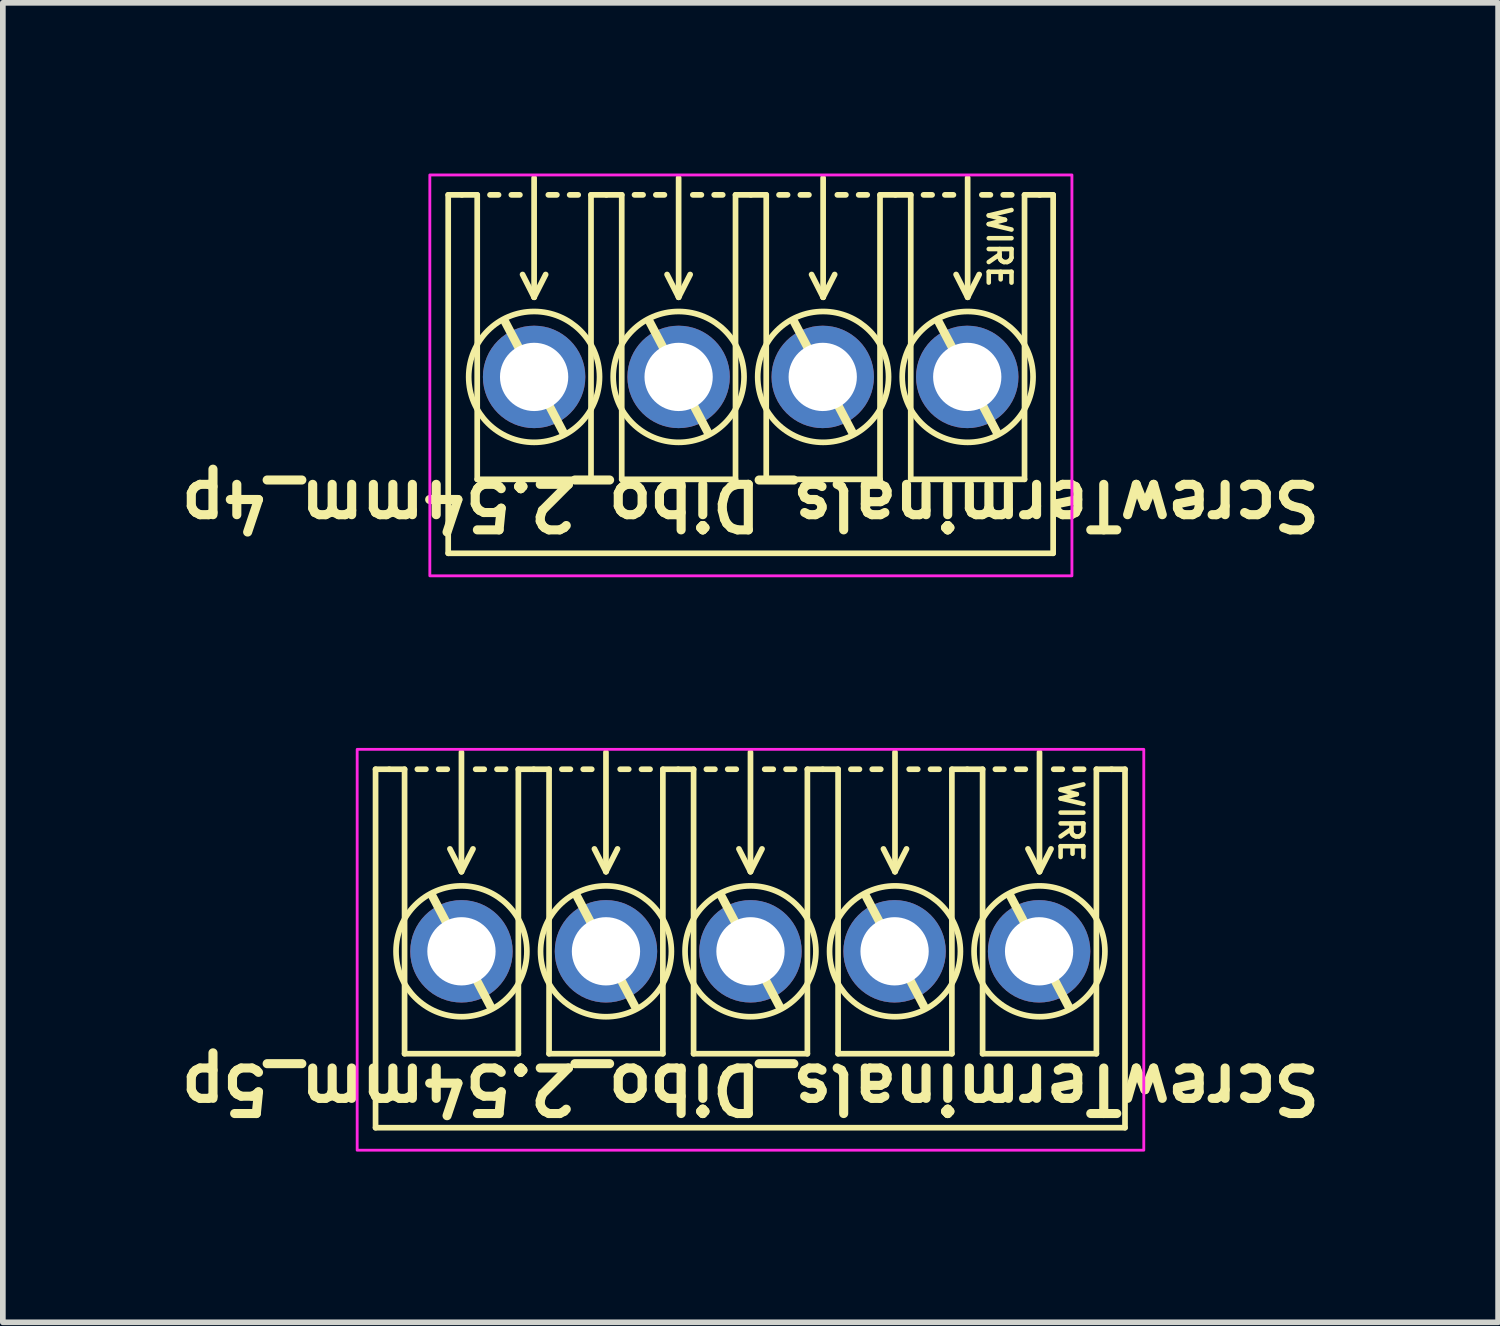
<source format=kicad_pcb>
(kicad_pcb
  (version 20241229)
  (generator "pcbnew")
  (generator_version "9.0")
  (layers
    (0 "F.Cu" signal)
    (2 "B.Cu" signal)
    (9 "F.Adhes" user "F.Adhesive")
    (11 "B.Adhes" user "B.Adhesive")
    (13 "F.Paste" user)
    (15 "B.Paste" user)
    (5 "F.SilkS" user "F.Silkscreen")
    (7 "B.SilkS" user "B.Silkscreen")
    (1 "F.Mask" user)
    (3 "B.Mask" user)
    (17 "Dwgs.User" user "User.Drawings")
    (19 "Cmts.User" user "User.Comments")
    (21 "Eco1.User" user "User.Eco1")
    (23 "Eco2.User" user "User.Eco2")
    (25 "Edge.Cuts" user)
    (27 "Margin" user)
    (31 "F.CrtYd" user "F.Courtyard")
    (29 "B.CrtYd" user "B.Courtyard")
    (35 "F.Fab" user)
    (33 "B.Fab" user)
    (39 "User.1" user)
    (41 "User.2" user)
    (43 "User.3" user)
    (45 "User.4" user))
  (footprint "ScrewTerminals_Dibo_2.54mm_5p"
    (layer "F.Cu")
    (at 10.141 13.671)
    (property "Reference" "ScrewTerminals_Dibo_2.54mm_5p" (at 0 2.413 180) (unlocked yes) (layer "F.SilkS") (effects (font (size 0.8 0.8) (thickness 0.16) (bold yes))))
    (attr through_hole)
    (fp_line (start -6.59 -3.2) (end -6.59 3.1) (stroke (width 0.1) (type default)) (layer "F.SilkS"))
    (fp_line (start -6.59 -3.2) (end -6.35 -3.2) (stroke (width 0.1) (type default)) (layer "F.SilkS"))
    (fp_line (start -6.08 -3.2) (end -6.35 -3.2) (stroke (width 0.1) (type default)) (layer "F.SilkS"))
    (fp_line (start -6.08 1.8) (end -6.08 -3.2) (stroke (width 0.1) (type solid)) (layer "F.SilkS"))
    (fp_line (start -5.705 -3.2) (end -5.855 -3.2) (stroke (width 0.1) (type default)) (layer "F.SilkS"))
    (fp_line (start -5.33 -3.2) (end -5.48 -3.2) (stroke (width 0.1) (type default)) (layer "F.SilkS"))
    (fp_line (start -5.08 -3.5) (end -5.08 -1.4) (stroke (width 0.1) (type default)) (layer "F.SilkS"))
    (fp_line (start -5.08 -1.4) (end -5.283 -1.8) (stroke (width 0.1) (type default)) (layer "F.SilkS"))
    (fp_line (start -5.08 -1.4) (end -4.877 -1.8) (stroke (width 0.1) (type default)) (layer "F.SilkS"))
    (fp_line (start -4.68 -3.2) (end -4.83 -3.2) (stroke (width 0.1) (type default)) (layer "F.SilkS"))
    (fp_line (start -4.572 0.965) (end -5.588 -0.965) (stroke (width 0.15) (type default)) (layer "F.SilkS"))
    (fp_line (start -4.305 -3.2) (end -4.455 -3.2) (stroke (width 0.1) (type default)) (layer "F.SilkS"))
    (fp_line (start -4.08 -3.2) (end -4.08 1.8) (stroke (width 0.1) (type solid)) (layer "F.SilkS"))
    (fp_line (start -4.08 1.8) (end -6.08 1.8) (stroke (width 0.1) (type solid)) (layer "F.SilkS"))
    (fp_line (start -3.81 -3.2) (end -4.08 -3.2) (stroke (width 0.1) (type default)) (layer "F.SilkS"))
    (fp_line (start -3.54 -3.2) (end -3.81 -3.2) (stroke (width 0.1) (type default)) (layer "F.SilkS"))
    (fp_line (start -3.54 1.8) (end -3.54 -3.2) (stroke (width 0.1) (type solid)) (layer "F.SilkS"))
    (fp_line (start -3.165 -3.2) (end -3.315 -3.2) (stroke (width 0.1) (type default)) (layer "F.SilkS"))
    (fp_line (start -2.79 -3.2) (end -2.94 -3.2) (stroke (width 0.1) (type default)) (layer "F.SilkS"))
    (fp_line (start -2.54 -3.5) (end -2.54 -1.4) (stroke (width 0.1) (type default)) (layer "F.SilkS"))
    (fp_line (start -2.54 -1.4) (end -2.743 -1.8) (stroke (width 0.1) (type default)) (layer "F.SilkS"))
    (fp_line (start -2.54 -1.4) (end -2.337 -1.8) (stroke (width 0.1) (type default)) (layer "F.SilkS"))
    (fp_line (start -2.14 -3.2) (end -2.29 -3.2) (stroke (width 0.1) (type default)) (layer "F.SilkS"))
    (fp_line (start -2.032 0.965) (end -3.048 -0.965) (stroke (width 0.15) (type default)) (layer "F.SilkS"))
    (fp_line (start -1.765 -3.2) (end -1.915 -3.2) (stroke (width 0.1) (type default)) (layer "F.SilkS"))
    (fp_line (start -1.54 -3.2) (end -1.54 1.8) (stroke (width 0.1) (type solid)) (layer "F.SilkS"))
    (fp_line (start -1.54 1.8) (end -3.54 1.8) (stroke (width 0.1) (type solid)) (layer "F.SilkS"))
    (fp_line (start -1.27 -3.2) (end -1.54 -3.2) (stroke (width 0.1) (type default)) (layer "F.SilkS"))
    (fp_line (start -1 -3.2) (end -1.27 -3.2) (stroke (width 0.1) (type default)) (layer "F.SilkS"))
    (fp_line (start -1 1.8) (end -1 -3.2) (stroke (width 0.1) (type solid)) (layer "F.SilkS"))
    (fp_line (start -0.625 -3.2) (end -0.775 -3.2) (stroke (width 0.1) (type default)) (layer "F.SilkS"))
    (fp_line (start -0.25 -3.2) (end -0.4 -3.2) (stroke (width 0.1) (type default)) (layer "F.SilkS"))
    (fp_line (start 0 -3.5) (end 0 -1.4) (stroke (width 0.1) (type default)) (layer "F.SilkS"))
    (fp_line (start 0 -1.4) (end -0.203 -1.8) (stroke (width 0.1) (type default)) (layer "F.SilkS"))
    (fp_line (start 0 -1.4) (end 0.203 -1.8) (stroke (width 0.1) (type default)) (layer "F.SilkS"))
    (fp_line (start 0.4 -3.2) (end 0.25 -3.2) (stroke (width 0.1) (type default)) (layer "F.SilkS"))
    (fp_line (start 0.508 0.965) (end -0.508 -0.965) (stroke (width 0.15) (type default)) (layer "F.SilkS"))
    (fp_line (start 0.775 -3.2) (end 0.625 -3.2) (stroke (width 0.1) (type default)) (layer "F.SilkS"))
    (fp_line (start 1 -3.2) (end 1 1.8) (stroke (width 0.1) (type solid)) (layer "F.SilkS"))
    (fp_line (start 1 1.8) (end -1 1.8) (stroke (width 0.1) (type solid)) (layer "F.SilkS"))
    (fp_line (start 1.27 -3.2) (end 1 -3.2) (stroke (width 0.1) (type default)) (layer "F.SilkS"))
    (fp_line (start 1.54 -3.2) (end 1.27 -3.2) (stroke (width 0.1) (type default)) (layer "F.SilkS"))
    (fp_line (start 1.54 1.8) (end 1.54 -3.2) (stroke (width 0.1) (type solid)) (layer "F.SilkS"))
    (fp_line (start 1.915 -3.2) (end 1.765 -3.2) (stroke (width 0.1) (type default)) (layer "F.SilkS"))
    (fp_line (start 2.29 -3.2) (end 2.14 -3.2) (stroke (width 0.1) (type default)) (layer "F.SilkS"))
    (fp_line (start 2.54 -3.5) (end 2.54 -1.4) (stroke (width 0.1) (type default)) (layer "F.SilkS"))
    (fp_line (start 2.54 -1.4) (end 2.337 -1.8) (stroke (width 0.1) (type default)) (layer "F.SilkS"))
    (fp_line (start 2.54 -1.4) (end 2.743 -1.8) (stroke (width 0.1) (type default)) (layer "F.SilkS"))
    (fp_line (start 2.94 -3.2) (end 2.79 -3.2) (stroke (width 0.1) (type default)) (layer "F.SilkS"))
    (fp_line (start 3.048 0.965) (end 2.032 -0.965) (stroke (width 0.15) (type default)) (layer "F.SilkS"))
    (fp_line (start 3.315 -3.2) (end 3.165 -3.2) (stroke (width 0.1) (type default)) (layer "F.SilkS"))
    (fp_line (start 3.54 -3.2) (end 3.54 1.8) (stroke (width 0.1) (type solid)) (layer "F.SilkS"))
    (fp_line (start 3.54 1.8) (end 1.54 1.8) (stroke (width 0.1) (type solid)) (layer "F.SilkS"))
    (fp_line (start 3.81 -3.2) (end 3.54 -3.2) (stroke (width 0.1) (type default)) (layer "F.SilkS"))
    (fp_line (start 4.08 -3.2) (end 3.81 -3.2) (stroke (width 0.1) (type default)) (layer "F.SilkS"))
    (fp_line (start 4.08 1.8) (end 4.08 -3.2) (stroke (width 0.1) (type solid)) (layer "F.SilkS"))
    (fp_line (start 4.455 -3.2) (end 4.305 -3.2) (stroke (width 0.1) (type default)) (layer "F.SilkS"))
    (fp_line (start 4.83 -3.2) (end 4.68 -3.2) (stroke (width 0.1) (type default)) (layer "F.SilkS"))
    (fp_line (start 5.08 -3.5) (end 5.08 -1.4) (stroke (width 0.1) (type default)) (layer "F.SilkS"))
    (fp_line (start 5.08 -1.4) (end 4.877 -1.8) (stroke (width 0.1) (type default)) (layer "F.SilkS"))
    (fp_line (start 5.08 -1.4) (end 5.283 -1.8) (stroke (width 0.1) (type default)) (layer "F.SilkS"))
    (fp_line (start 5.48 -3.2) (end 5.33 -3.2) (stroke (width 0.1) (type default)) (layer "F.SilkS"))
    (fp_line (start 5.588 0.965) (end 4.572 -0.965) (stroke (width 0.15) (type default)) (layer "F.SilkS"))
    (fp_line (start 5.855 -3.2) (end 5.705 -3.2) (stroke (width 0.1) (type default)) (layer "F.SilkS"))
    (fp_line (start 6.08 -3.2) (end 6.08 1.8) (stroke (width 0.1) (type solid)) (layer "F.SilkS"))
    (fp_line (start 6.08 1.8) (end 4.08 1.8) (stroke (width 0.1) (type solid)) (layer "F.SilkS"))
    (fp_line (start 6.35 -3.2) (end 6.08 -3.2) (stroke (width 0.1) (type default)) (layer "F.SilkS"))
    (fp_line (start 6.583 -3.2) (end 6.343 -3.2) (stroke (width 0.1) (type default)) (layer "F.SilkS"))
    (fp_line (start 6.583 -3.2) (end 6.583 3.1) (stroke (width 0.1) (type default)) (layer "F.SilkS"))
    (fp_line (start 6.583 3.1) (end -6.59 3.1) (stroke (width 0.1) (type default)) (layer "F.SilkS"))
    (fp_circle (center -5.08 0) (end -3.93 0) (stroke (width 0.1) (type default)) (fill no) (layer "F.SilkS"))
    (fp_circle (center -2.54 0) (end -1.39 0) (stroke (width 0.1) (type default)) (fill no) (layer "F.SilkS"))
    (fp_circle (center 0 0) (end 1.15 0) (stroke (width 0.1) (type default)) (fill no) (layer "F.SilkS"))
    (fp_circle (center 2.54 0) (end 3.69 0) (stroke (width 0.1) (type default)) (fill no) (layer "F.SilkS"))
    (fp_circle (center 5.08 0) (end 6.23 0) (stroke (width 0.1) (type default)) (fill no) (layer "F.SilkS"))
    (fp_rect (start -6.913 -3.55) (end 6.913 3.496) (stroke (width 0.05) (type default)) (fill no) (layer "F.CrtYd"))
    (fp_text user "WIRE" (at 5.632 -2.286 270) (unlocked yes) (layer "F.SilkS") (effects (font (size 0.4 0.4) (thickness 0.08) (bold yes))))
    (pad "1" thru_hole circle (at 5.073 0 180) (size 1.8 1.8) (drill 1.2) (layers "*.Cu" "*.Mask"))
    (pad "2" thru_hole circle (at 2.533 0 180) (size 1.8 1.8) (drill 1.2) (layers "*.Cu" "*.Mask"))
    (pad "3" thru_hole circle (at 0 0 180) (size 1.8 1.8) (drill 1.2) (layers "*.Cu" "*.Mask"))
    (pad "4" thru_hole circle (at -2.54 0 180) (size 1.8 1.8) (drill 1.2) (layers "*.Cu" "*.Mask"))
    (pad "5" thru_hole circle (at -5.08 0 180) (size 1.8 1.8) (drill 1.2) (layers "*.Cu" "*.Mask")))
  (footprint "ScrewTerminals_Dibo_2.54mm_4p"
    (layer "F.Cu")
    (at 10.141 3.575)
    (property "Reference" "ScrewTerminals_Dibo_2.54mm_4p" (at 0 2.25 180) (unlocked yes) (layer "F.SilkS") (effects (font (size 0.8 0.8) (thickness 0.16) (bold yes))))
    (attr through_hole)
    (fp_line (start -5.313 -3.2) (end -5.313 3.1) (stroke (width 0.1) (type default)) (layer "F.SilkS"))
    (fp_line (start -5.313 -3.2) (end -5.073 -3.2) (stroke (width 0.1) (type default)) (layer "F.SilkS"))
    (fp_line (start -4.803 -3.2) (end -5.073 -3.2) (stroke (width 0.1) (type default)) (layer "F.SilkS"))
    (fp_line (start -4.803 1.8) (end -4.803 -3.2) (stroke (width 0.1) (type solid)) (layer "F.SilkS"))
    (fp_line (start -4.428 -3.2) (end -4.578 -3.2) (stroke (width 0.1) (type default)) (layer "F.SilkS"))
    (fp_line (start -4.053 -3.2) (end -4.203 -3.2) (stroke (width 0.1) (type default)) (layer "F.SilkS"))
    (fp_line (start -3.803 -3.5) (end -3.803 -1.4) (stroke (width 0.1) (type default)) (layer "F.SilkS"))
    (fp_line (start -3.803 -1.4) (end -4.006 -1.8) (stroke (width 0.1) (type default)) (layer "F.SilkS"))
    (fp_line (start -3.803 -1.4) (end -3.6 -1.8) (stroke (width 0.1) (type default)) (layer "F.SilkS"))
    (fp_line (start -3.403 -3.2) (end -3.553 -3.2) (stroke (width 0.1) (type default)) (layer "F.SilkS"))
    (fp_line (start -3.295 0.965) (end -4.311 -0.965) (stroke (width 0.15) (type default)) (layer "F.SilkS"))
    (fp_line (start -3.028 -3.2) (end -3.178 -3.2) (stroke (width 0.1) (type default)) (layer "F.SilkS"))
    (fp_line (start -2.803 -3.2) (end -2.803 1.8) (stroke (width 0.1) (type solid)) (layer "F.SilkS"))
    (fp_line (start -2.803 1.8) (end -4.803 1.8) (stroke (width 0.1) (type solid)) (layer "F.SilkS"))
    (fp_line (start -2.533 -3.2) (end -2.803 -3.2) (stroke (width 0.1) (type default)) (layer "F.SilkS"))
    (fp_line (start -2.263 -3.2) (end -2.533 -3.2) (stroke (width 0.1) (type default)) (layer "F.SilkS"))
    (fp_line (start -2.263 1.8) (end -2.263 -3.2) (stroke (width 0.1) (type solid)) (layer "F.SilkS"))
    (fp_line (start -1.888 -3.2) (end -2.038 -3.2) (stroke (width 0.1) (type default)) (layer "F.SilkS"))
    (fp_line (start -1.513 -3.2) (end -1.663 -3.2) (stroke (width 0.1) (type default)) (layer "F.SilkS"))
    (fp_line (start -1.263 -3.5) (end -1.263 -1.4) (stroke (width 0.1) (type default)) (layer "F.SilkS"))
    (fp_line (start -1.263 -1.4) (end -1.466 -1.8) (stroke (width 0.1) (type default)) (layer "F.SilkS"))
    (fp_line (start -1.263 -1.4) (end -1.06 -1.8) (stroke (width 0.1) (type default)) (layer "F.SilkS"))
    (fp_line (start -0.863 -3.2) (end -1.013 -3.2) (stroke (width 0.1) (type default)) (layer "F.SilkS"))
    (fp_line (start -0.755 0.965) (end -1.771 -0.965) (stroke (width 0.15) (type default)) (layer "F.SilkS"))
    (fp_line (start -0.488 -3.2) (end -0.638 -3.2) (stroke (width 0.1) (type default)) (layer "F.SilkS"))
    (fp_line (start -0.263 -3.2) (end -0.263 1.8) (stroke (width 0.1) (type solid)) (layer "F.SilkS"))
    (fp_line (start -0.263 1.8) (end -2.263 1.8) (stroke (width 0.1) (type solid)) (layer "F.SilkS"))
    (fp_line (start 0.007 -3.2) (end -0.263 -3.2) (stroke (width 0.1) (type default)) (layer "F.SilkS"))
    (fp_line (start 0.277 -3.2) (end 0.007 -3.2) (stroke (width 0.1) (type default)) (layer "F.SilkS"))
    (fp_line (start 0.277 1.8) (end 0.277 -3.2) (stroke (width 0.1) (type solid)) (layer "F.SilkS"))
    (fp_line (start 0.652 -3.2) (end 0.502 -3.2) (stroke (width 0.1) (type default)) (layer "F.SilkS"))
    (fp_line (start 1.027 -3.2) (end 0.877 -3.2) (stroke (width 0.1) (type default)) (layer "F.SilkS"))
    (fp_line (start 1.277 -3.5) (end 1.277 -1.4) (stroke (width 0.1) (type default)) (layer "F.SilkS"))
    (fp_line (start 1.277 -1.4) (end 1.074 -1.8) (stroke (width 0.1) (type default)) (layer "F.SilkS"))
    (fp_line (start 1.277 -1.4) (end 1.48 -1.8) (stroke (width 0.1) (type default)) (layer "F.SilkS"))
    (fp_line (start 1.677 -3.2) (end 1.527 -3.2) (stroke (width 0.1) (type default)) (layer "F.SilkS"))
    (fp_line (start 1.785 0.965) (end 0.769 -0.965) (stroke (width 0.15) (type default)) (layer "F.SilkS"))
    (fp_line (start 2.052 -3.2) (end 1.902 -3.2) (stroke (width 0.1) (type default)) (layer "F.SilkS"))
    (fp_line (start 2.277 -3.2) (end 2.277 1.8) (stroke (width 0.1) (type solid)) (layer "F.SilkS"))
    (fp_line (start 2.277 1.8) (end 0.277 1.8) (stroke (width 0.1) (type solid)) (layer "F.SilkS"))
    (fp_line (start 2.547 -3.2) (end 2.277 -3.2) (stroke (width 0.1) (type default)) (layer "F.SilkS"))
    (fp_line (start 2.817 -3.2) (end 2.547 -3.2) (stroke (width 0.1) (type default)) (layer "F.SilkS"))
    (fp_line (start 2.817 1.8) (end 2.817 -3.2) (stroke (width 0.1) (type solid)) (layer "F.SilkS"))
    (fp_line (start 3.192 -3.2) (end 3.042 -3.2) (stroke (width 0.1) (type default)) (layer "F.SilkS"))
    (fp_line (start 3.567 -3.2) (end 3.417 -3.2) (stroke (width 0.1) (type default)) (layer "F.SilkS"))
    (fp_line (start 3.817 -3.5) (end 3.817 -1.4) (stroke (width 0.1) (type default)) (layer "F.SilkS"))
    (fp_line (start 3.817 -1.4) (end 3.614 -1.8) (stroke (width 0.1) (type default)) (layer "F.SilkS"))
    (fp_line (start 3.817 -1.4) (end 4.02 -1.8) (stroke (width 0.1) (type default)) (layer "F.SilkS"))
    (fp_line (start 4.217 -3.2) (end 4.067 -3.2) (stroke (width 0.1) (type default)) (layer "F.SilkS"))
    (fp_line (start 4.325 0.965) (end 3.309 -0.965) (stroke (width 0.15) (type default)) (layer "F.SilkS"))
    (fp_line (start 4.592 -3.2) (end 4.442 -3.2) (stroke (width 0.1) (type default)) (layer "F.SilkS"))
    (fp_line (start 4.817 -3.2) (end 4.817 1.8) (stroke (width 0.1) (type solid)) (layer "F.SilkS"))
    (fp_line (start 4.817 1.8) (end 2.817 1.8) (stroke (width 0.1) (type solid)) (layer "F.SilkS"))
    (fp_line (start 5.087 -3.2) (end 4.817 -3.2) (stroke (width 0.1) (type default)) (layer "F.SilkS"))
    (fp_line (start 5.32 -3.2) (end 5.08 -3.2) (stroke (width 0.1) (type default)) (layer "F.SilkS"))
    (fp_line (start 5.32 -3.2) (end 5.32 3.1) (stroke (width 0.1) (type default)) (layer "F.SilkS"))
    (fp_line (start 5.32 3.1) (end -5.313 3.1) (stroke (width 0.1) (type default)) (layer "F.SilkS"))
    (fp_circle (center -3.803 0) (end -2.653 0) (stroke (width 0.1) (type default)) (fill no) (layer "F.SilkS"))
    (fp_circle (center -1.263 0) (end -0.113 0) (stroke (width 0.1) (type default)) (fill no) (layer "F.SilkS"))
    (fp_circle (center 1.277 0) (end 2.427 0) (stroke (width 0.1) (type default)) (fill no) (layer "F.SilkS"))
    (fp_circle (center 3.817 0) (end 4.967 0) (stroke (width 0.1) (type default)) (fill no) (layer "F.SilkS"))
    (fp_rect (start -5.636 -3.55) (end 5.65 3.496) (stroke (width 0.05) (type default)) (fill no) (layer "F.CrtYd"))
    (fp_text user "WIRE" (at 4.369 -2.286 270) (unlocked yes) (layer "F.SilkS") (effects (font (size 0.4 0.4) (thickness 0.08) (bold yes))))
    (pad "1" thru_hole circle (at 3.81 0 180) (size 1.8 1.8) (drill 1.2) (layers "*.Cu" "*.Mask"))
    (pad "2" thru_hole circle (at 1.27 0 180) (size 1.8 1.8) (drill 1.2) (layers "*.Cu" "*.Mask"))
    (pad "3" thru_hole circle (at -1.263 0 180) (size 1.8 1.8) (drill 1.2) (layers "*.Cu" "*.Mask"))
    (pad "4" thru_hole circle (at -3.803 0 180) (size 1.8 1.8) (drill 1.2) (layers "*.Cu" "*.Mask")))
  (gr_rect
    (start -3 -3)
    (end 23.282 20.192)
    (stroke (width 0.1) (type default))
    (fill no)
    (layer "Edge.Cuts")))
</source>
